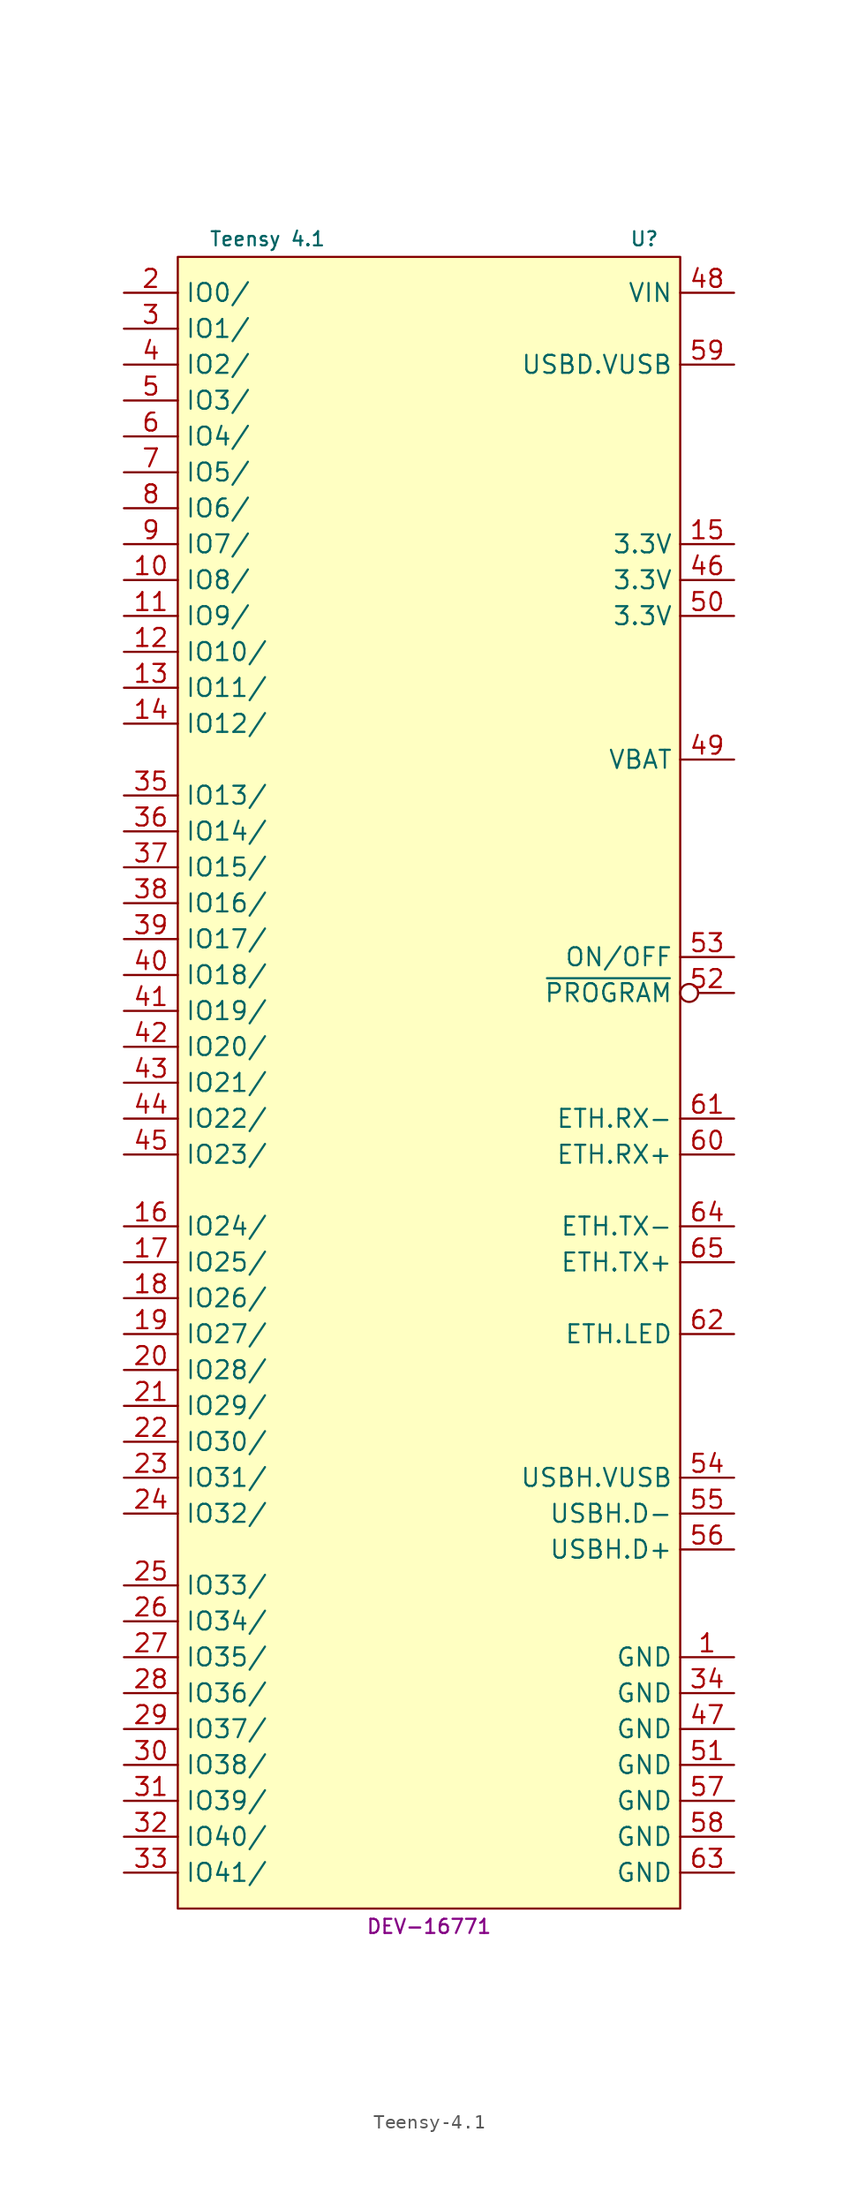
<source format=kicad_sym>
(kicad_symbol_lib
  (version 20231120)
  (generator "kicad_symbol_editor")
  (generator_version "8.0")
  (symbol "Teensy-4.1"
    (property "Reference" "U"
      (at 15.24 59.69 0)
      (effects (font (size 1 1))))
    (property "Value" "Teensy 4.1"
      (at -11.43 59.69 0)
      (effects (font (size 1 1))))
    (property "MPN" "DEV-16771"
      (at 0 -59.69 0)
      (effects (font (size 1 1))))
    (symbol "Teensy-4.1_1_1"
      (rectangle (start -17.78 58.42) (end 17.78 -58.42) (stroke (width 0) (type default)) (fill (type background)))
      (pin power_in line (at 21.59 -40.64 180) (length 3.81) (name "GND" (effects (font (size 1.27 1.27)))) (number "1" (effects (font (size 1.27 1.27)))))
      (pin bidirectional line (at -21.59 35.56 0) (length 3.81) (name "IO8/" (effects (font (size 1.27 1.27)))) (number "10" (effects (font (size 1.27 1.27)))))
      (pin bidirectional line (at -21.59 33.02 0) (length 3.81) (name "IO9/" (effects (font (size 1.27 1.27)))) (number "11" (effects (font (size 1.27 1.27)))))
      (pin bidirectional line (at -21.59 30.48 0) (length 3.81) (name "IO10/" (effects (font (size 1.27 1.27)))) (number "12" (effects (font (size 1.27 1.27)))))
      (pin bidirectional line (at -21.59 27.94 0) (length 3.81) (name "IO11/" (effects (font (size 1.27 1.27)))) (number "13" (effects (font (size 1.27 1.27)))))
      (pin bidirectional line (at -21.59 25.4 0) (length 3.81) (name "IO12/" (effects (font (size 1.27 1.27)))) (number "14" (effects (font (size 1.27 1.27)))))
      (pin power_out line (at 21.59 38.1 180) (length 3.81) (name "3.3V" (effects (font (size 1.27 1.27)))) (number "15" (effects (font (size 1.27 1.27)))))
      (pin bidirectional line (at -21.59 -10.16 0) (length 3.81) (name "IO24/" (effects (font (size 1.27 1.27)))) (number "16" (effects (font (size 1.27 1.27)))))
      (pin bidirectional line (at -21.59 -12.7 0) (length 3.81) (name "IO25/" (effects (font (size 1.27 1.27)))) (number "17" (effects (font (size 1.27 1.27)))))
      (pin bidirectional line (at -21.59 -15.24 0) (length 3.81) (name "IO26/" (effects (font (size 1.27 1.27)))) (number "18" (effects (font (size 1.27 1.27)))))
      (pin bidirectional line (at -21.59 -17.78 0) (length 3.81) (name "IO27/" (effects (font (size 1.27 1.27)))) (number "19" (effects (font (size 1.27 1.27)))))
      (pin bidirectional line (at -21.59 55.88 0) (length 3.81) (name "IO0/" (effects (font (size 1.27 1.27)))) (number "2" (effects (font (size 1.27 1.27)))))
      (pin bidirectional line (at -21.59 -20.32 0) (length 3.81) (name "IO28/" (effects (font (size 1.27 1.27)))) (number "20" (effects (font (size 1.27 1.27)))))
      (pin bidirectional line (at -21.59 -22.86 0) (length 3.81) (name "IO29/" (effects (font (size 1.27 1.27)))) (number "21" (effects (font (size 1.27 1.27)))))
      (pin bidirectional line (at -21.59 -25.4 0) (length 3.81) (name "IO30/" (effects (font (size 1.27 1.27)))) (number "22" (effects (font (size 1.27 1.27)))))
      (pin bidirectional line (at -21.59 -27.94 0) (length 3.81) (name "IO31/" (effects (font (size 1.27 1.27)))) (number "23" (effects (font (size 1.27 1.27)))))
      (pin bidirectional line (at -21.59 -30.48 0) (length 3.81) (name "IO32/" (effects (font (size 1.27 1.27)))) (number "24" (effects (font (size 1.27 1.27)))))
      (pin bidirectional line (at -21.59 -35.56 0) (length 3.81) (name "IO33/" (effects (font (size 1.27 1.27)))) (number "25" (effects (font (size 1.27 1.27)))))
      (pin bidirectional line (at -21.59 -38.1 0) (length 3.81) (name "IO34/" (effects (font (size 1.27 1.27)))) (number "26" (effects (font (size 1.27 1.27)))))
      (pin bidirectional line (at -21.59 -40.64 0) (length 3.81) (name "IO35/" (effects (font (size 1.27 1.27)))) (number "27" (effects (font (size 1.27 1.27)))))
      (pin bidirectional line (at -21.59 -43.18 0) (length 3.81) (name "IO36/" (effects (font (size 1.27 1.27)))) (number "28" (effects (font (size 1.27 1.27)))))
      (pin bidirectional line (at -21.59 -45.72 0) (length 3.81) (name "IO37/" (effects (font (size 1.27 1.27)))) (number "29" (effects (font (size 1.27 1.27)))))
      (pin bidirectional line (at -21.59 53.34 0) (length 3.81) (name "IO1/" (effects (font (size 1.27 1.27)))) (number "3" (effects (font (size 1.27 1.27)))))
      (pin bidirectional line (at -21.59 -48.26 0) (length 3.81) (name "IO38/" (effects (font (size 1.27 1.27)))) (number "30" (effects (font (size 1.27 1.27)))))
      (pin bidirectional line (at -21.59 -50.8 0) (length 3.81) (name "IO39/" (effects (font (size 1.27 1.27)))) (number "31" (effects (font (size 1.27 1.27)))))
      (pin bidirectional line (at -21.59 -53.34 0) (length 3.81) (name "IO40/" (effects (font (size 1.27 1.27)))) (number "32" (effects (font (size 1.27 1.27)))))
      (pin bidirectional line (at -21.59 -55.88 0) (length 3.81) (name "IO41/" (effects (font (size 1.27 1.27)))) (number "33" (effects (font (size 1.27 1.27)))))
      (pin power_in line (at 21.59 -43.18 180) (length 3.81) (name "GND" (effects (font (size 1.27 1.27)))) (number "34" (effects (font (size 1.27 1.27)))))
      (pin bidirectional line (at -21.59 20.32 0) (length 3.81) (name "IO13/" (effects (font (size 1.27 1.27)))) (number "35" (effects (font (size 1.27 1.27)))))
      (pin bidirectional line (at -21.59 17.78 0) (length 3.81) (name "IO14/" (effects (font (size 1.27 1.27)))) (number "36" (effects (font (size 1.27 1.27)))))
      (pin bidirectional line (at -21.59 15.24 0) (length 3.81) (name "IO15/" (effects (font (size 1.27 1.27)))) (number "37" (effects (font (size 1.27 1.27)))))
      (pin bidirectional line (at -21.59 12.7 0) (length 3.81) (name "IO16/" (effects (font (size 1.27 1.27)))) (number "38" (effects (font (size 1.27 1.27)))))
      (pin bidirectional line (at -21.59 10.16 0) (length 3.81) (name "IO17/" (effects (font (size 1.27 1.27)))) (number "39" (effects (font (size 1.27 1.27)))))
      (pin bidirectional line (at -21.59 50.8 0) (length 3.81) (name "IO2/" (effects (font (size 1.27 1.27)))) (number "4" (effects (font (size 1.27 1.27)))))
      (pin bidirectional line (at -21.59 7.62 0) (length 3.81) (name "IO18/" (effects (font (size 1.27 1.27)))) (number "40" (effects (font (size 1.27 1.27)))))
      (pin bidirectional line (at -21.59 5.08 0) (length 3.81) (name "IO19/" (effects (font (size 1.27 1.27)))) (number "41" (effects (font (size 1.27 1.27)))))
      (pin bidirectional line (at -21.59 2.54 0) (length 3.81) (name "IO20/" (effects (font (size 1.27 1.27)))) (number "42" (effects (font (size 1.27 1.27)))))
      (pin bidirectional line (at -21.59 0 0) (length 3.81) (name "IO21/" (effects (font (size 1.27 1.27)))) (number "43" (effects (font (size 1.27 1.27)))))
      (pin bidirectional line (at -21.59 -2.54 0) (length 3.81) (name "IO22/" (effects (font (size 1.27 1.27)))) (number "44" (effects (font (size 1.27 1.27)))))
      (pin bidirectional line (at -21.59 -5.08 0) (length 3.81) (name "IO23/" (effects (font (size 1.27 1.27)))) (number "45" (effects (font (size 1.27 1.27)))))
      (pin power_out line (at 21.59 35.56 180) (length 3.81) (name "3.3V" (effects (font (size 1.27 1.27)))) (number "46" (effects (font (size 1.27 1.27)))))
      (pin power_in line (at 21.59 -45.72 180) (length 3.81) (name "GND" (effects (font (size 1.27 1.27)))) (number "47" (effects (font (size 1.27 1.27)))))
      (pin power_in line (at 21.59 55.88 180) (length 3.81) (name "VIN" (effects (font (size 1.27 1.27)))) (number "48" (effects (font (size 1.27 1.27)))))
      (pin power_in line (at 21.59 22.86 180) (length 3.81) (name "VBAT" (effects (font (size 1.27 1.27)))) (number "49" (effects (font (size 1.27 1.27)))))
      (pin bidirectional line (at -21.59 48.26 0) (length 3.81) (name "IO3/" (effects (font (size 1.27 1.27)))) (number "5" (effects (font (size 1.27 1.27)))))
      (pin power_out line (at 21.59 33.02 180) (length 3.81) (name "3.3V" (effects (font (size 1.27 1.27)))) (number "50" (effects (font (size 1.27 1.27)))))
      (pin power_in line (at 21.59 -48.26 180) (length 3.81) (name "GND" (effects (font (size 1.27 1.27)))) (number "51" (effects (font (size 1.27 1.27)))))
      (pin input inverted (at 21.59 6.35 180) (length 3.81) (name "~{PROGRAM}" (effects (font (size 1.27 1.27)))) (number "52" (effects (font (size 1.27 1.27)))))
      (pin input line (at 21.59 8.89 180) (length 3.81) (name "ON/OFF" (effects (font (size 1.27 1.27)))) (number "53" (effects (font (size 1.27 1.27)))))
      (pin power_out line (at 21.59 -27.94 180) (length 3.81) (name "USBH.VUSB" (effects (font (size 1.27 1.27)))) (number "54" (effects (font (size 1.27 1.27)))))
      (pin bidirectional line (at 21.59 -30.48 180) (length 3.81) (name "USBH.D-" (effects (font (size 1.27 1.27)))) (number "55" (effects (font (size 1.27 1.27)))))
      (pin bidirectional line (at 21.59 -33.02 180) (length 3.81) (name "USBH.D+" (effects (font (size 1.27 1.27)))) (number "56" (effects (font (size 1.27 1.27)))))
      (pin power_in line (at 21.59 -50.8 180) (length 3.81) (name "GND" (effects (font (size 1.27 1.27)))) (number "57" (effects (font (size 1.27 1.27)))))
      (pin power_in line (at 21.59 -53.34 180) (length 3.81) (name "GND" (effects (font (size 1.27 1.27)))) (number "58" (effects (font (size 1.27 1.27)))))
      (pin power_in line (at 21.59 50.8 180) (length 3.81) (name "USBD.VUSB" (effects (font (size 1.27 1.27)))) (number "59" (effects (font (size 1.27 1.27)))))
      (pin bidirectional line (at -21.59 45.72 0) (length 3.81) (name "IO4/" (effects (font (size 1.27 1.27)))) (number "6" (effects (font (size 1.27 1.27)))))
      (pin input line (at 21.59 -5.08 180) (length 3.81) (name "ETH.RX+" (effects (font (size 1.27 1.27)))) (number "60" (effects (font (size 1.27 1.27)))))
      (pin input line (at 21.59 -2.54 180) (length 3.81) (name "ETH.RX-" (effects (font (size 1.27 1.27)))) (number "61" (effects (font (size 1.27 1.27)))))
      (pin output line (at 21.59 -17.78 180) (length 3.81) (name "ETH.LED" (effects (font (size 1.27 1.27)))) (number "62" (effects (font (size 1.27 1.27)))))
      (pin power_in line (at 21.59 -55.88 180) (length 3.81) (name "GND" (effects (font (size 1.27 1.27)))) (number "63" (effects (font (size 1.27 1.27)))))
      (pin output line (at 21.59 -10.16 180) (length 3.81) (name "ETH.TX-" (effects (font (size 1.27 1.27)))) (number "64" (effects (font (size 1.27 1.27)))))
      (pin output line (at 21.59 -12.7 180) (length 3.81) (name "ETH.TX+" (effects (font (size 1.27 1.27)))) (number "65" (effects (font (size 1.27 1.27)))))
      (pin bidirectional line (at -21.59 43.18 0) (length 3.81) (name "IO5/" (effects (font (size 1.27 1.27)))) (number "7" (effects (font (size 1.27 1.27)))))
      (pin bidirectional line (at -21.59 40.64 0) (length 3.81) (name "IO6/" (effects (font (size 1.27 1.27)))) (number "8" (effects (font (size 1.27 1.27)))))
      (pin bidirectional line (at -21.59 38.1 0) (length 3.81) (name "IO7/" (effects (font (size 1.27 1.27)))) (number "9" (effects (font (size 1.27 1.27))))))))
</source>
